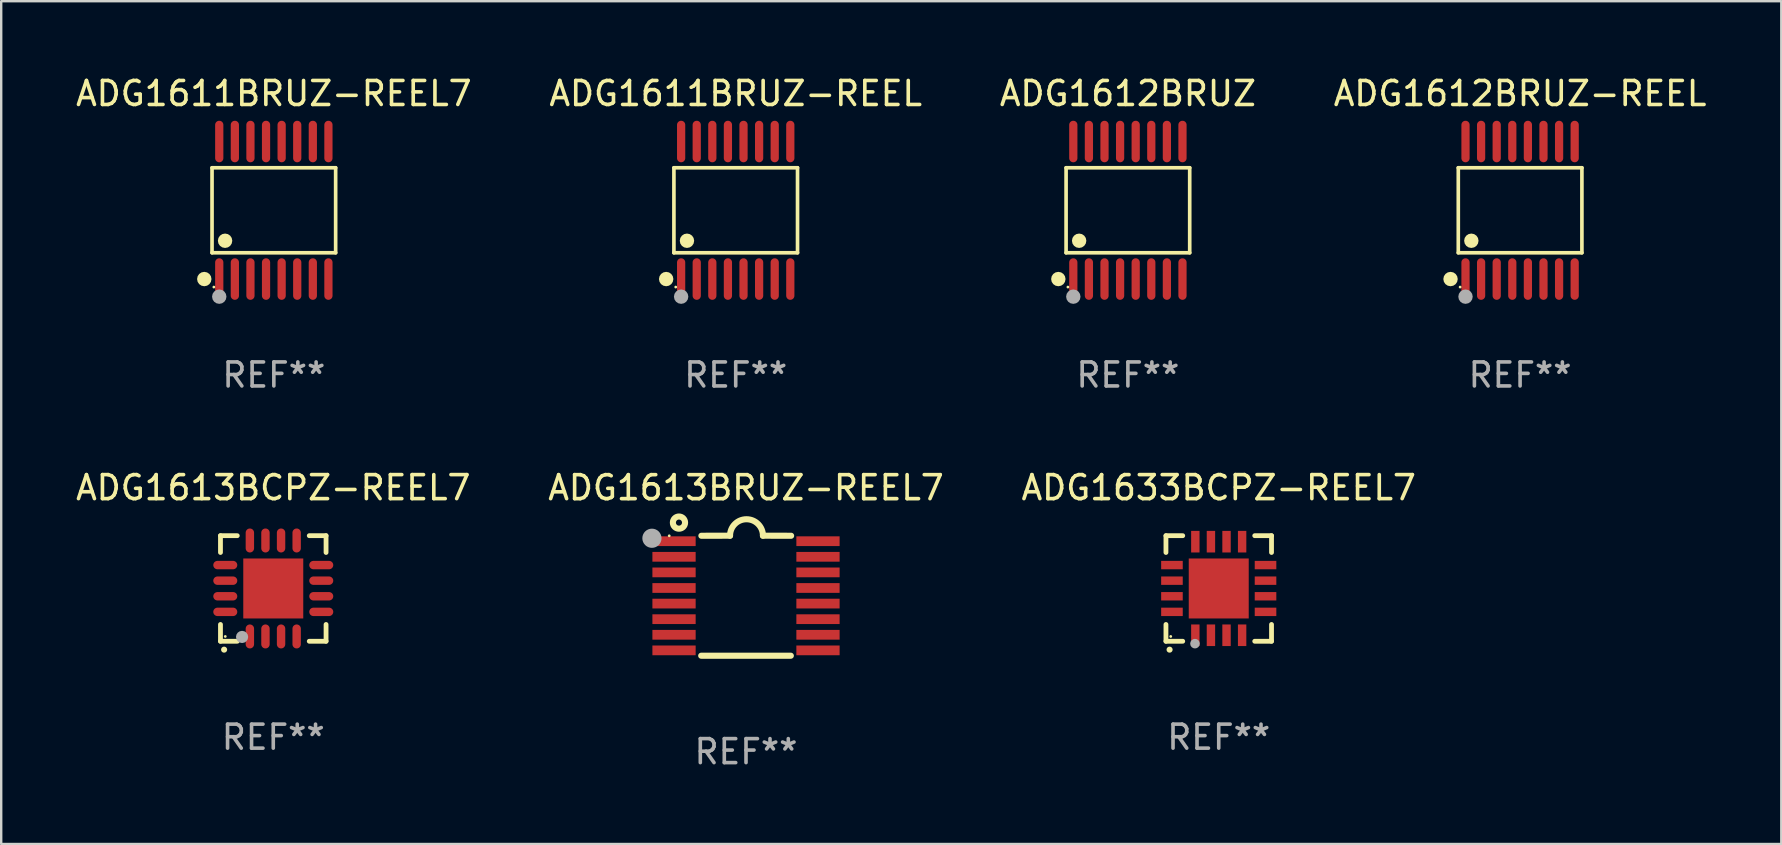
<source format=kicad_pcb>
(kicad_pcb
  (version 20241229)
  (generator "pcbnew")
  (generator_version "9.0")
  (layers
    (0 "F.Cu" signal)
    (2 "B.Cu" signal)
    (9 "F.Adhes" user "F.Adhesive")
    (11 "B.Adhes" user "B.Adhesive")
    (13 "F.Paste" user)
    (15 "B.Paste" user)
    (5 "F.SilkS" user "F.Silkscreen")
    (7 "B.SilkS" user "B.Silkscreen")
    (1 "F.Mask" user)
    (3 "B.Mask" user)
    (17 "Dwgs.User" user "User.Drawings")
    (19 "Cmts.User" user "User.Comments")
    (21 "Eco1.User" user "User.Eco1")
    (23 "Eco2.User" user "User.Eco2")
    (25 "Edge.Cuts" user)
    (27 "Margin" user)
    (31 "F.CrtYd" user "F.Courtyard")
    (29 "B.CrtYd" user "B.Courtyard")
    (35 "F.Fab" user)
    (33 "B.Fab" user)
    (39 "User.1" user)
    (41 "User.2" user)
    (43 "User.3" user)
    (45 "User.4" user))
  (footprint "ADG1633BCPZ-REEL7"
    (layer "F.Cu")
    (at 47.744 21.476)
    (property "Reference" "ADG1633BCPZ-REEL7" (at 0 -4.2 0) (layer "F.SilkS") (effects (font (size 1 1) (thickness 0.15))))
    (attr through_hole)
    (fp_line (start -2.2 -2.2) (end -1.5 -2.2) (stroke (width 0.2) (type solid)) (layer "F.SilkS"))
    (fp_line (start -2.2 -1.5) (end -2.2 -2.2) (stroke (width 0.2) (type solid)) (layer "F.SilkS"))
    (fp_line (start -2.2 2.2) (end -2.2 1.5) (stroke (width 0.2) (type solid)) (layer "F.SilkS"))
    (fp_line (start -1.5 2.2) (end -2.2 2.2) (stroke (width 0.2) (type solid)) (layer "F.SilkS"))
    (fp_line (start 1.5 2.2) (end 2.2 2.2) (stroke (width 0.2) (type solid)) (layer "F.SilkS"))
    (fp_line (start 2.2 -2.2) (end 1.5 -2.2) (stroke (width 0.2) (type solid)) (layer "F.SilkS"))
    (fp_line (start 2.2 -1.5) (end 2.2 -2.2) (stroke (width 0.2) (type solid)) (layer "F.SilkS"))
    (fp_line (start 2.2 2.2) (end 2.2 1.5) (stroke (width 0.2) (type solid)) (layer "F.SilkS"))
    (fp_arc (start -2.049784 2.550165) (mid -2.048514 2.550159) (end -2.047244 2.550165) (stroke (width 0.25) (type solid)) (layer "F.SilkS"))
    (fp_circle (center -2 2) (end -1.97 2) (stroke (width 0.06) (type solid)) (fill no) (layer "F.SilkS"))
    (fp_circle (center -0.99 2.3) (end -0.89 2.3) (stroke (width 0.2) (type solid)) (fill no) (layer "F.Fab"))
    (fp_text user "REF**" (at 0 6.2 0) (layer "F.Fab") (effects (font (size 1 1) (thickness 0.15))))
    (pad "1" smd rect (at -0.975 1.95 180) (size 0.35 0.9) (layers "F.Cu" "F.Mask" "F.Paste"))
    (pad "2" smd rect (at -0.325 1.95 180) (size 0.35 0.9) (layers "F.Cu" "F.Mask" "F.Paste"))
    (pad "3" smd rect (at 0.325 1.95 180) (size 0.35 0.9) (layers "F.Cu" "F.Mask" "F.Paste"))
    (pad "4" smd rect (at 0.975 1.95 180) (size 0.35 0.9) (layers "F.Cu" "F.Mask" "F.Paste"))
    (pad "5" smd rect (at 1.95 0.975 90) (size 0.35 0.9) (layers "F.Cu" "F.Mask" "F.Paste"))
    (pad "6" smd rect (at 1.95 0.325 90) (size 0.35 0.9) (layers "F.Cu" "F.Mask" "F.Paste"))
    (pad "7" smd rect (at 1.95 -0.325 90) (size 0.35 0.9) (layers "F.Cu" "F.Mask" "F.Paste"))
    (pad "8" smd rect (at 1.95 -0.975 90) (size 0.35 0.9) (layers "F.Cu" "F.Mask" "F.Paste"))
    (pad "9" smd rect (at 0.975 -1.95 180) (size 0.35 0.9) (layers "F.Cu" "F.Mask" "F.Paste"))
    (pad "10" smd rect (at 0.325 -1.95 180) (size 0.35 0.9) (layers "F.Cu" "F.Mask" "F.Paste"))
    (pad "11" smd rect (at -0.325 -1.95 180) (size 0.35 0.9) (layers "F.Cu" "F.Mask" "F.Paste"))
    (pad "12" smd rect (at -0.975 -1.95 180) (size 0.35 0.9) (layers "F.Cu" "F.Mask" "F.Paste"))
    (pad "13" smd rect (at -1.95 -0.975 90) (size 0.35 0.9) (layers "F.Cu" "F.Mask" "F.Paste"))
    (pad "14" smd rect (at -1.95 -0.325 90) (size 0.35 0.9) (layers "F.Cu" "F.Mask" "F.Paste"))
    (pad "15" smd rect (at -1.95 0.325 90) (size 0.35 0.9) (layers "F.Cu" "F.Mask" "F.Paste"))
    (pad "16" smd rect (at -1.95 0.975 90) (size 0.35 0.9) (layers "F.Cu" "F.Mask" "F.Paste"))
    (pad "17" smd rect (at 0.000051 0.000051 90) (size 2.5 2.5) (layers "F.Cu" "F.Mask" "F.Paste")))
  (footprint "ADG1612BRUZ"
    (layer "F.Cu")
    (at 43.958 5.714)
    (property "Reference" "ADG1612BRUZ" (at 0 -4.866 0) (layer "F.SilkS") (effects (font (size 1 1) (thickness 0.15))))
    (attr through_hole)
    (fp_line (start -2.576 -1.772) (end 2.576 -1.772) (stroke (width 0.152) (type solid)) (layer "F.SilkS"))
    (fp_line (start -2.576 1.771) (end -2.576 -1.772) (stroke (width 0.152) (type solid)) (layer "F.SilkS"))
    (fp_line (start 2.576 -1.772) (end 2.576 1.771) (stroke (width 0.152) (type solid)) (layer "F.SilkS"))
    (fp_line (start 2.576 1.771) (end -2.576 1.771) (stroke (width 0.152) (type solid)) (layer "F.SilkS"))
    (fp_circle (center -2.899 2.866) (end -2.749 2.866) (stroke (width 0.3) (type solid)) (fill no) (layer "F.SilkS"))
    (fp_circle (center -2.5 3.2) (end -2.47 3.2) (stroke (width 0.06) (type solid)) (fill no) (layer "F.SilkS"))
    (fp_circle (center -2.032 1.27) (end -1.882 1.27) (stroke (width 0.3) (type solid)) (fill no) (layer "F.SilkS"))
    (fp_circle (center -2.275 3.6) (end -2.125 3.6) (stroke (width 0.3) (type solid)) (fill no) (layer "F.Fab"))
    (fp_text user "REF**" (at 0 6.866 0) (layer "F.Fab") (effects (font (size 1 1) (thickness 0.15))))
    (pad "1" smd oval (at -2.275 2.866) (size 0.343 1.731) (layers "F.Cu" "F.Mask" "F.Paste"))
    (pad "2" smd oval (at -1.625 2.866) (size 0.343 1.731) (layers "F.Cu" "F.Mask" "F.Paste"))
    (pad "3" smd oval (at -0.975 2.866) (size 0.343 1.731) (layers "F.Cu" "F.Mask" "F.Paste"))
    (pad "4" smd oval (at -0.325 2.866) (size 0.343 1.731) (layers "F.Cu" "F.Mask" "F.Paste"))
    (pad "5" smd oval (at 0.325 2.866) (size 0.343 1.731) (layers "F.Cu" "F.Mask" "F.Paste"))
    (pad "6" smd oval (at 0.975 2.866) (size 0.343 1.731) (layers "F.Cu" "F.Mask" "F.Paste"))
    (pad "7" smd oval (at 1.625 2.866) (size 0.343 1.731) (layers "F.Cu" "F.Mask" "F.Paste"))
    (pad "8" smd oval (at 2.275 2.866) (size 0.343 1.731) (layers "F.Cu" "F.Mask" "F.Paste"))
    (pad "9" smd oval (at 2.275 -2.866) (size 0.343 1.731) (layers "F.Cu" "F.Mask" "F.Paste"))
    (pad "10" smd oval (at 1.625 -2.866) (size 0.343 1.731) (layers "F.Cu" "F.Mask" "F.Paste"))
    (pad "11" smd oval (at 0.975 -2.866) (size 0.343 1.731) (layers "F.Cu" "F.Mask" "F.Paste"))
    (pad "12" smd oval (at 0.325 -2.866) (size 0.343 1.731) (layers "F.Cu" "F.Mask" "F.Paste"))
    (pad "13" smd oval (at -0.325 -2.866) (size 0.343 1.731) (layers "F.Cu" "F.Mask" "F.Paste"))
    (pad "14" smd oval (at -0.975 -2.866) (size 0.343 1.731) (layers "F.Cu" "F.Mask" "F.Paste"))
    (pad "15" smd oval (at -1.625 -2.866) (size 0.343 1.731) (layers "F.Cu" "F.Mask" "F.Paste"))
    (pad "16" smd oval (at -2.275 -2.866) (size 0.343 1.731) (layers "F.Cu" "F.Mask" "F.Paste")))
  (footprint "ADG1613BRUZ-REEL7"
    (layer "F.Cu")
    (at 28.042 21.778)
    (property "Reference" "ADG1613BRUZ-REEL7" (at 0 -4.501 0) (layer "F.SilkS") (effects (font (size 1 1) (thickness 0.15))))
    (attr through_hole)
    (fp_line (start -1.868 2.501) (end 1.868 2.501) (stroke (width 0.254) (type solid)) (layer "F.SilkS"))
    (fp_line (start -1.86 -2.499) (end -0.666 -2.501) (stroke (width 0.254) (type solid)) (layer "F.SilkS"))
    (fp_line (start 0.706 -2.501) (end 1.88 -2.499) (stroke (width 0.254) (type solid)) (layer "F.SilkS"))
    (fp_arc (start -0.665914 -2.501448) (mid 0.019888 -3.18725) (end 0.70569 -2.501448) (stroke (width 0.254001) (type solid)) (layer "F.SilkS"))
    (fp_circle (center -3.2 -2.497) (end -3.17 -2.497) (stroke (width 0.06) (type solid)) (fill no) (layer "F.SilkS"))
    (fp_circle (center -2.794 -3.047) (end -2.54 -3.047) (stroke (width 0.254) (type solid)) (fill no) (layer "F.SilkS"))
    (fp_circle (center -3.921 -2.395) (end -3.721 -2.395) (stroke (width 0.4) (type solid)) (fill no) (layer "F.Fab"))
    (fp_text user "REF**" (at 0 6.501 0) (layer "F.Fab") (effects (font (size 1 1) (thickness 0.15))))
    (pad "1" smd rect (at -3 -2.272) (size 1.803 0.406) (layers "F.Cu" "F.Mask" "F.Paste"))
    (pad "2" smd rect (at -3 -1.622) (size 1.803 0.406) (layers "F.Cu" "F.Mask" "F.Paste"))
    (pad "3" smd rect (at -3 -0.972) (size 1.803 0.406) (layers "F.Cu" "F.Mask" "F.Paste"))
    (pad "4" smd rect (at -3 -0.322) (size 1.803 0.406) (layers "F.Cu" "F.Mask" "F.Paste"))
    (pad "5" smd rect (at -3 0.328) (size 1.803 0.406) (layers "F.Cu" "F.Mask" "F.Paste"))
    (pad "6" smd rect (at -3 0.978) (size 1.803 0.406) (layers "F.Cu" "F.Mask" "F.Paste"))
    (pad "7" smd rect (at -3 1.628) (size 1.803 0.406) (layers "F.Cu" "F.Mask" "F.Paste"))
    (pad "8" smd rect (at -3 2.278) (size 1.803 0.406) (layers "F.Cu" "F.Mask" "F.Paste"))
    (pad "9" smd rect (at 3 2.278) (size 1.803 0.406) (layers "F.Cu" "F.Mask" "F.Paste"))
    (pad "10" smd rect (at 3 1.628) (size 1.803 0.406) (layers "F.Cu" "F.Mask" "F.Paste"))
    (pad "11" smd rect (at 3 0.978) (size 1.803 0.406) (layers "F.Cu" "F.Mask" "F.Paste"))
    (pad "12" smd rect (at 3 0.328) (size 1.803 0.406) (layers "F.Cu" "F.Mask" "F.Paste"))
    (pad "13" smd rect (at 3 -0.322) (size 1.803 0.406) (layers "F.Cu" "F.Mask" "F.Paste"))
    (pad "14" smd rect (at 3 -0.972) (size 1.803 0.406) (layers "F.Cu" "F.Mask" "F.Paste"))
    (pad "15" smd rect (at 3 -1.622) (size 1.803 0.406) (layers "F.Cu" "F.Mask" "F.Paste"))
    (pad "16" smd rect (at 3 -2.272) (size 1.803 0.406) (layers "F.Cu" "F.Mask" "F.Paste")))
  (footprint "ADG1612BRUZ-REEL"
    (layer "F.Cu")
    (at 60.304 5.714)
    (property "Reference" "ADG1612BRUZ-REEL" (at 0 -4.866 0) (layer "F.SilkS") (effects (font (size 1 1) (thickness 0.15))))
    (attr through_hole)
    (fp_line (start -2.576 -1.772) (end 2.576 -1.772) (stroke (width 0.152) (type solid)) (layer "F.SilkS"))
    (fp_line (start -2.576 1.771) (end -2.576 -1.772) (stroke (width 0.152) (type solid)) (layer "F.SilkS"))
    (fp_line (start 2.576 -1.772) (end 2.576 1.771) (stroke (width 0.152) (type solid)) (layer "F.SilkS"))
    (fp_line (start 2.576 1.771) (end -2.576 1.771) (stroke (width 0.152) (type solid)) (layer "F.SilkS"))
    (fp_circle (center -2.899 2.866) (end -2.749 2.866) (stroke (width 0.3) (type solid)) (fill no) (layer "F.SilkS"))
    (fp_circle (center -2.5 3.2) (end -2.47 3.2) (stroke (width 0.06) (type solid)) (fill no) (layer "F.SilkS"))
    (fp_circle (center -2.032 1.27) (end -1.882 1.27) (stroke (width 0.3) (type solid)) (fill no) (layer "F.SilkS"))
    (fp_circle (center -2.275 3.6) (end -2.125 3.6) (stroke (width 0.3) (type solid)) (fill no) (layer "F.Fab"))
    (fp_text user "REF**" (at 0 6.866 0) (layer "F.Fab") (effects (font (size 1 1) (thickness 0.15))))
    (pad "1" smd oval (at -2.275 2.866) (size 0.343 1.731) (layers "F.Cu" "F.Mask" "F.Paste"))
    (pad "2" smd oval (at -1.625 2.866) (size 0.343 1.731) (layers "F.Cu" "F.Mask" "F.Paste"))
    (pad "3" smd oval (at -0.975 2.866) (size 0.343 1.731) (layers "F.Cu" "F.Mask" "F.Paste"))
    (pad "4" smd oval (at -0.325 2.866) (size 0.343 1.731) (layers "F.Cu" "F.Mask" "F.Paste"))
    (pad "5" smd oval (at 0.325 2.866) (size 0.343 1.731) (layers "F.Cu" "F.Mask" "F.Paste"))
    (pad "6" smd oval (at 0.975 2.866) (size 0.343 1.731) (layers "F.Cu" "F.Mask" "F.Paste"))
    (pad "7" smd oval (at 1.625 2.866) (size 0.343 1.731) (layers "F.Cu" "F.Mask" "F.Paste"))
    (pad "8" smd oval (at 2.275 2.866) (size 0.343 1.731) (layers "F.Cu" "F.Mask" "F.Paste"))
    (pad "9" smd oval (at 2.275 -2.866) (size 0.343 1.731) (layers "F.Cu" "F.Mask" "F.Paste"))
    (pad "10" smd oval (at 1.625 -2.866) (size 0.343 1.731) (layers "F.Cu" "F.Mask" "F.Paste"))
    (pad "11" smd oval (at 0.975 -2.866) (size 0.343 1.731) (layers "F.Cu" "F.Mask" "F.Paste"))
    (pad "12" smd oval (at 0.325 -2.866) (size 0.343 1.731) (layers "F.Cu" "F.Mask" "F.Paste"))
    (pad "13" smd oval (at -0.325 -2.866) (size 0.343 1.731) (layers "F.Cu" "F.Mask" "F.Paste"))
    (pad "14" smd oval (at -0.975 -2.866) (size 0.343 1.731) (layers "F.Cu" "F.Mask" "F.Paste"))
    (pad "15" smd oval (at -1.625 -2.866) (size 0.343 1.731) (layers "F.Cu" "F.Mask" "F.Paste"))
    (pad "16" smd oval (at -2.275 -2.866) (size 0.343 1.731) (layers "F.Cu" "F.Mask" "F.Paste")))
  (footprint "ADG1611BRUZ-REEL7"
    (layer "F.Cu")
    (at 8.363 5.714)
    (property "Reference" "ADG1611BRUZ-REEL7" (at 0 -4.866 0) (layer "F.SilkS") (effects (font (size 1 1) (thickness 0.15))))
    (attr through_hole)
    (fp_line (start -2.576 -1.772) (end 2.576 -1.772) (stroke (width 0.152) (type solid)) (layer "F.SilkS"))
    (fp_line (start -2.576 1.771) (end -2.576 -1.772) (stroke (width 0.152) (type solid)) (layer "F.SilkS"))
    (fp_line (start 2.576 -1.772) (end 2.576 1.771) (stroke (width 0.152) (type solid)) (layer "F.SilkS"))
    (fp_line (start 2.576 1.771) (end -2.576 1.771) (stroke (width 0.152) (type solid)) (layer "F.SilkS"))
    (fp_circle (center -2.899 2.866) (end -2.749 2.866) (stroke (width 0.3) (type solid)) (fill no) (layer "F.SilkS"))
    (fp_circle (center -2.5 3.2) (end -2.47 3.2) (stroke (width 0.06) (type solid)) (fill no) (layer "F.SilkS"))
    (fp_circle (center -2.032 1.27) (end -1.882 1.27) (stroke (width 0.3) (type solid)) (fill no) (layer "F.SilkS"))
    (fp_circle (center -2.275 3.6) (end -2.125 3.6) (stroke (width 0.3) (type solid)) (fill no) (layer "F.Fab"))
    (fp_text user "REF**" (at 0 6.866 0) (layer "F.Fab") (effects (font (size 1 1) (thickness 0.15))))
    (pad "1" smd oval (at -2.275 2.866) (size 0.343 1.731) (layers "F.Cu" "F.Mask" "F.Paste"))
    (pad "2" smd oval (at -1.625 2.866) (size 0.343 1.731) (layers "F.Cu" "F.Mask" "F.Paste"))
    (pad "3" smd oval (at -0.975 2.866) (size 0.343 1.731) (layers "F.Cu" "F.Mask" "F.Paste"))
    (pad "4" smd oval (at -0.325 2.866) (size 0.343 1.731) (layers "F.Cu" "F.Mask" "F.Paste"))
    (pad "5" smd oval (at 0.325 2.866) (size 0.343 1.731) (layers "F.Cu" "F.Mask" "F.Paste"))
    (pad "6" smd oval (at 0.975 2.866) (size 0.343 1.731) (layers "F.Cu" "F.Mask" "F.Paste"))
    (pad "7" smd oval (at 1.625 2.866) (size 0.343 1.731) (layers "F.Cu" "F.Mask" "F.Paste"))
    (pad "8" smd oval (at 2.275 2.866) (size 0.343 1.731) (layers "F.Cu" "F.Mask" "F.Paste"))
    (pad "9" smd oval (at 2.275 -2.866) (size 0.343 1.731) (layers "F.Cu" "F.Mask" "F.Paste"))
    (pad "10" smd oval (at 1.625 -2.866) (size 0.343 1.731) (layers "F.Cu" "F.Mask" "F.Paste"))
    (pad "11" smd oval (at 0.975 -2.866) (size 0.343 1.731) (layers "F.Cu" "F.Mask" "F.Paste"))
    (pad "12" smd oval (at 0.325 -2.866) (size 0.343 1.731) (layers "F.Cu" "F.Mask" "F.Paste"))
    (pad "13" smd oval (at -0.325 -2.866) (size 0.343 1.731) (layers "F.Cu" "F.Mask" "F.Paste"))
    (pad "14" smd oval (at -0.975 -2.866) (size 0.343 1.731) (layers "F.Cu" "F.Mask" "F.Paste"))
    (pad "15" smd oval (at -1.625 -2.866) (size 0.343 1.731) (layers "F.Cu" "F.Mask" "F.Paste"))
    (pad "16" smd oval (at -2.275 -2.866) (size 0.343 1.731) (layers "F.Cu" "F.Mask" "F.Paste")))
  (footprint "ADG1613BCPZ-REEL7"
    (layer "F.Cu")
    (at 8.339 21.476)
    (property "Reference" "ADG1613BCPZ-REEL7" (at 0 -4.2 0) (layer "F.SilkS") (effects (font (size 1 1) (thickness 0.15))))
    (attr through_hole)
    (fp_line (start -2.2 -2.2) (end -1.5 -2.2) (stroke (width 0.2) (type solid)) (layer "F.SilkS"))
    (fp_line (start -2.2 -1.5) (end -2.2 -2.2) (stroke (width 0.2) (type solid)) (layer "F.SilkS"))
    (fp_line (start -2.2 2.2) (end -2.2 1.5) (stroke (width 0.2) (type solid)) (layer "F.SilkS"))
    (fp_line (start -1.5 2.2) (end -2.2 2.2) (stroke (width 0.2) (type solid)) (layer "F.SilkS"))
    (fp_line (start 1.5 2.2) (end 2.2 2.2) (stroke (width 0.2) (type solid)) (layer "F.SilkS"))
    (fp_line (start 2.2 -2.2) (end 1.5 -2.2) (stroke (width 0.2) (type solid)) (layer "F.SilkS"))
    (fp_line (start 2.2 -1.5) (end 2.2 -2.2) (stroke (width 0.2) (type solid)) (layer "F.SilkS"))
    (fp_line (start 2.2 2.2) (end 2.2 1.5) (stroke (width 0.2) (type solid)) (layer "F.SilkS"))
    (fp_arc (start -2.049784 2.550165) (mid -2.048514 2.550159) (end -2.047244 2.550165) (stroke (width 0.25) (type solid)) (layer "F.SilkS"))
    (fp_circle (center -2 2) (end -1.97 2) (stroke (width 0.06) (type solid)) (fill no) (layer "F.SilkS"))
    (fp_circle (center -1.3 2.02) (end -1.173 2.02) (stroke (width 0.254) (type solid)) (fill no) (layer "F.Fab"))
    (fp_text user "REF**" (at 0 6.2 0) (layer "F.Fab") (effects (font (size 1 1) (thickness 0.15))))
    (pad "1" smd oval (at -0.975 2 180) (size 0.35 1) (layers "F.Cu" "F.Mask" "F.Paste"))
    (pad "2" smd oval (at -0.325 2 180) (size 0.35 1) (layers "F.Cu" "F.Mask" "F.Paste"))
    (pad "3" smd oval (at 0.325 2 180) (size 0.35 1) (layers "F.Cu" "F.Mask" "F.Paste"))
    (pad "4" smd oval (at 0.975 2 180) (size 0.35 1) (layers "F.Cu" "F.Mask" "F.Paste"))
    (pad "5" smd oval (at 2 0.975 90) (size 0.35 1) (layers "F.Cu" "F.Mask" "F.Paste"))
    (pad "6" smd oval (at 2 0.325 90) (size 0.35 1) (layers "F.Cu" "F.Mask" "F.Paste"))
    (pad "7" smd oval (at 2 -0.325 90) (size 0.35 1) (layers "F.Cu" "F.Mask" "F.Paste"))
    (pad "8" smd oval (at 2 -0.975 90) (size 0.35 1) (layers "F.Cu" "F.Mask" "F.Paste"))
    (pad "9" smd oval (at 0.975 -2 180) (size 0.35 1) (layers "F.Cu" "F.Mask" "F.Paste"))
    (pad "10" smd oval (at 0.325 -2 180) (size 0.35 1) (layers "F.Cu" "F.Mask" "F.Paste"))
    (pad "11" smd oval (at -0.325 -2 180) (size 0.35 1) (layers "F.Cu" "F.Mask" "F.Paste"))
    (pad "12" smd oval (at -0.975 -2 180) (size 0.35 1) (layers "F.Cu" "F.Mask" "F.Paste"))
    (pad "13" smd oval (at -2 -0.975 90) (size 0.35 1) (layers "F.Cu" "F.Mask" "F.Paste"))
    (pad "14" smd oval (at -2 -0.325 90) (size 0.35 1) (layers "F.Cu" "F.Mask" "F.Paste"))
    (pad "15" smd oval (at -2 0.325 90) (size 0.35 1) (layers "F.Cu" "F.Mask" "F.Paste"))
    (pad "16" smd oval (at -2 0.975 90) (size 0.35 1) (layers "F.Cu" "F.Mask" "F.Paste"))
    (pad "17" smd rect (at 0.000051 0.000051 90) (size 2.5 2.5) (layers "F.Cu" "F.Mask" "F.Paste")))
  (footprint "ADG1611BRUZ-REEL"
    (layer "F.Cu")
    (at 27.613 5.714)
    (property "Reference" "ADG1611BRUZ-REEL" (at 0 -4.866 0) (layer "F.SilkS") (effects (font (size 1 1) (thickness 0.15))))
    (attr through_hole)
    (fp_line (start -2.576 -1.772) (end 2.576 -1.772) (stroke (width 0.152) (type solid)) (layer "F.SilkS"))
    (fp_line (start -2.576 1.771) (end -2.576 -1.772) (stroke (width 0.152) (type solid)) (layer "F.SilkS"))
    (fp_line (start 2.576 -1.772) (end 2.576 1.771) (stroke (width 0.152) (type solid)) (layer "F.SilkS"))
    (fp_line (start 2.576 1.771) (end -2.576 1.771) (stroke (width 0.152) (type solid)) (layer "F.SilkS"))
    (fp_circle (center -2.899 2.866) (end -2.749 2.866) (stroke (width 0.3) (type solid)) (fill no) (layer "F.SilkS"))
    (fp_circle (center -2.5 3.2) (end -2.47 3.2) (stroke (width 0.06) (type solid)) (fill no) (layer "F.SilkS"))
    (fp_circle (center -2.032 1.27) (end -1.882 1.27) (stroke (width 0.3) (type solid)) (fill no) (layer "F.SilkS"))
    (fp_circle (center -2.275 3.6) (end -2.125 3.6) (stroke (width 0.3) (type solid)) (fill no) (layer "F.Fab"))
    (fp_text user "REF**" (at 0 6.866 0) (layer "F.Fab") (effects (font (size 1 1) (thickness 0.15))))
    (pad "1" smd oval (at -2.275 2.866) (size 0.343 1.731) (layers "F.Cu" "F.Mask" "F.Paste"))
    (pad "2" smd oval (at -1.625 2.866) (size 0.343 1.731) (layers "F.Cu" "F.Mask" "F.Paste"))
    (pad "3" smd oval (at -0.975 2.866) (size 0.343 1.731) (layers "F.Cu" "F.Mask" "F.Paste"))
    (pad "4" smd oval (at -0.325 2.866) (size 0.343 1.731) (layers "F.Cu" "F.Mask" "F.Paste"))
    (pad "5" smd oval (at 0.325 2.866) (size 0.343 1.731) (layers "F.Cu" "F.Mask" "F.Paste"))
    (pad "6" smd oval (at 0.975 2.866) (size 0.343 1.731) (layers "F.Cu" "F.Mask" "F.Paste"))
    (pad "7" smd oval (at 1.625 2.866) (size 0.343 1.731) (layers "F.Cu" "F.Mask" "F.Paste"))
    (pad "8" smd oval (at 2.275 2.866) (size 0.343 1.731) (layers "F.Cu" "F.Mask" "F.Paste"))
    (pad "9" smd oval (at 2.275 -2.866) (size 0.343 1.731) (layers "F.Cu" "F.Mask" "F.Paste"))
    (pad "10" smd oval (at 1.625 -2.866) (size 0.343 1.731) (layers "F.Cu" "F.Mask" "F.Paste"))
    (pad "11" smd oval (at 0.975 -2.866) (size 0.343 1.731) (layers "F.Cu" "F.Mask" "F.Paste"))
    (pad "12" smd oval (at 0.325 -2.866) (size 0.343 1.731) (layers "F.Cu" "F.Mask" "F.Paste"))
    (pad "13" smd oval (at -0.325 -2.866) (size 0.343 1.731) (layers "F.Cu" "F.Mask" "F.Paste"))
    (pad "14" smd oval (at -0.975 -2.866) (size 0.343 1.731) (layers "F.Cu" "F.Mask" "F.Paste"))
    (pad "15" smd oval (at -1.625 -2.866) (size 0.343 1.731) (layers "F.Cu" "F.Mask" "F.Paste"))
    (pad "16" smd oval (at -2.275 -2.866) (size 0.343 1.731) (layers "F.Cu" "F.Mask" "F.Paste")))
  (gr_rect
    (start -3 -3)
    (end 71.19 32.127)
    (stroke (width 0.1) (type default))
    (fill no)
    (layer "Edge.Cuts")))
</source>
